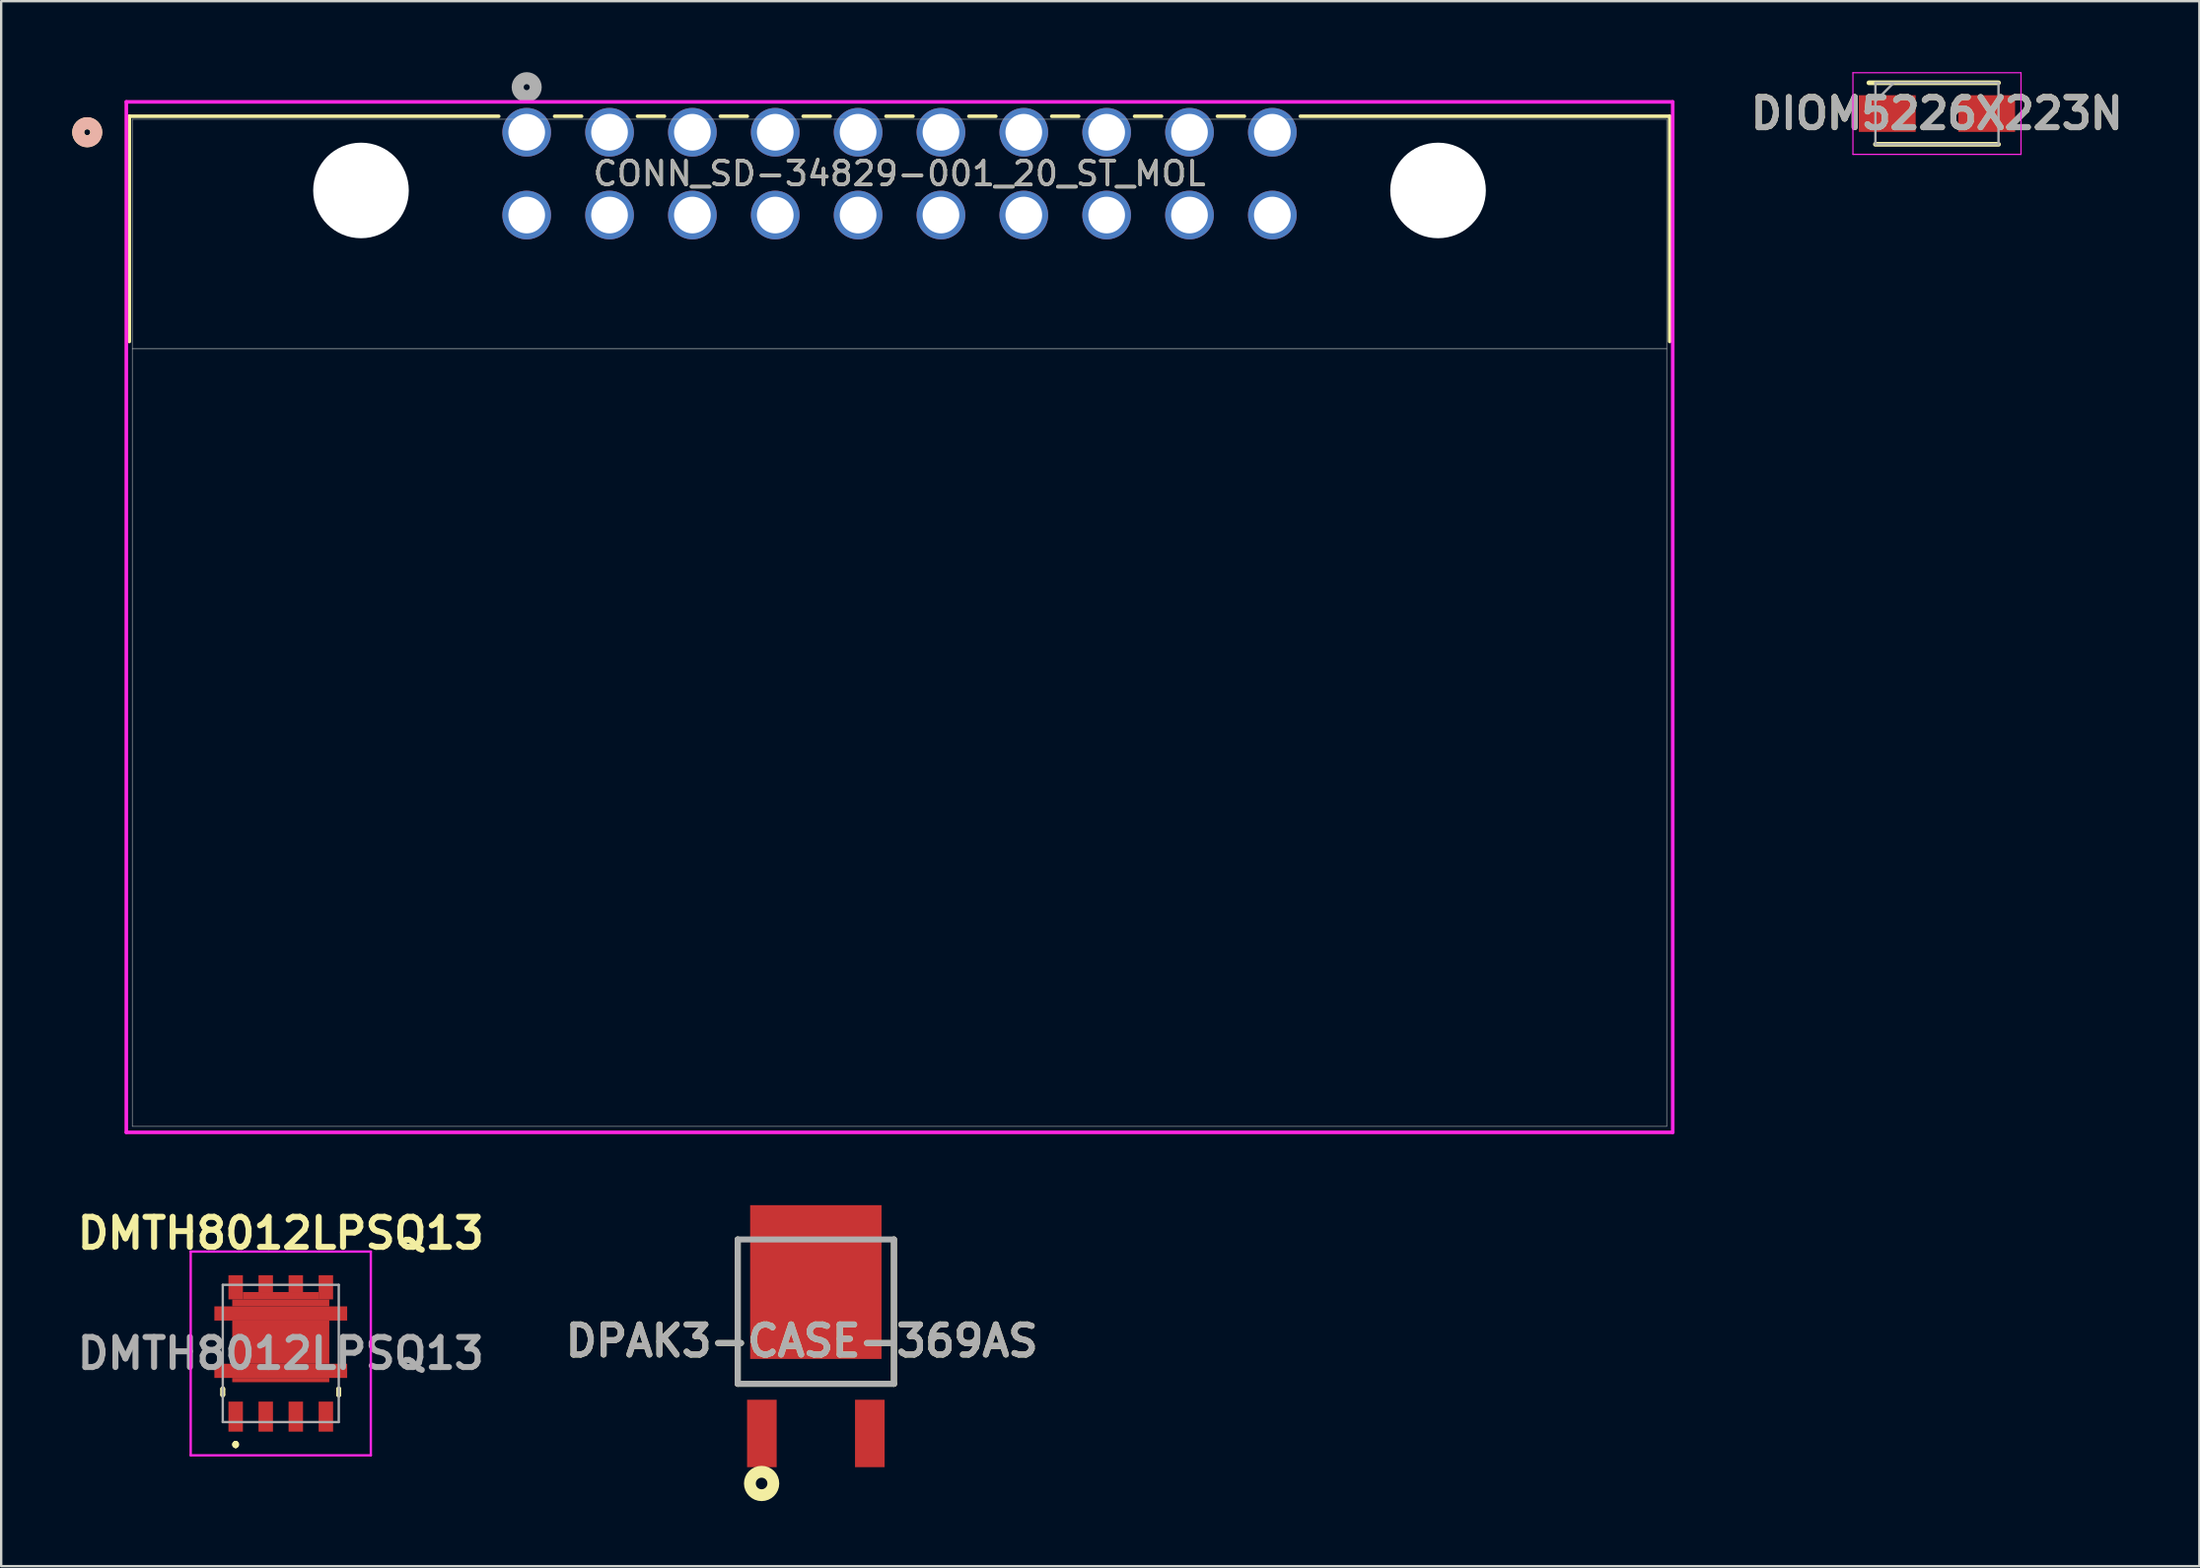
<source format=kicad_pcb>
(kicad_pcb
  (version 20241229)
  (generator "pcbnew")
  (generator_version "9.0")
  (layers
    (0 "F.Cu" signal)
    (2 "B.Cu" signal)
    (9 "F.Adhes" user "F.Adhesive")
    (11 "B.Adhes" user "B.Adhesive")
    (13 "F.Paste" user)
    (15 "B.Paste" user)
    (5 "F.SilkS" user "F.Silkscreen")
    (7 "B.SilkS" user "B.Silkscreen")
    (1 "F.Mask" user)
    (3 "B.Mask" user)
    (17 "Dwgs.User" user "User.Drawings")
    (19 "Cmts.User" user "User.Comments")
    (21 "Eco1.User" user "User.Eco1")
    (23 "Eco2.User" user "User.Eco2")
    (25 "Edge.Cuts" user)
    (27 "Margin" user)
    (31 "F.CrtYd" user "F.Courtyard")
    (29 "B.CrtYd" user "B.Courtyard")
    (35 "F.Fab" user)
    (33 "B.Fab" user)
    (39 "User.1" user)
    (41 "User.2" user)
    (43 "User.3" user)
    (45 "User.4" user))
  (footprint "DPAK3-CASE-369AS"
    (layer "F.Cu")
    (at 31.415 51.141)
    (property "Reference" "DPAK3-CASE-369AS" (at -0.59 2.488 0) (layer "F.SilkS") (effects (font (size 1.27 1.27) (thickness 0.254))))
    (attr smd)
    (fp_line (start -3.3 -1.8) (end -3.3 4.3) (stroke (width 0.254) (type solid)) (layer "F.SilkS"))
    (fp_line (start -3.3 4.3) (end 3.3 4.3) (stroke (width 0.254) (type solid)) (layer "F.SilkS"))
    (fp_line (start 3.3 4.3) (end 3.3 -1.8) (stroke (width 0.254) (type solid)) (layer "F.SilkS"))
    (fp_circle (center -2.291 8.514) (end -2.291 8.759) (stroke (width 0.5) (type solid)) (fill no) (layer "F.SilkS"))
    (fp_line (start -3.3 -1.8) (end 3.3 -1.8) (stroke (width 0.254) (type solid)) (layer "F.Fab"))
    (fp_line (start -3.3 4.3) (end -3.3 -1.8) (stroke (width 0.254) (type solid)) (layer "F.Fab"))
    (fp_line (start 3.3 -1.8) (end 3.3 4.3) (stroke (width 0.254) (type solid)) (layer "F.Fab"))
    (fp_line (start 3.3 4.3) (end -3.3 4.3) (stroke (width 0.254) (type solid)) (layer "F.Fab"))
    (fp_text user "${REFERENCE}" (at -0.59 2.488 0) (layer "F.Fab") (effects (font (size 1.27 1.27) (thickness 0.254))))
    (pad "1" smd rect (at -2.28 6.4) (size 1.25 2.85) (layers "F.Cu" "F.Mask" "F.Paste"))
    (pad "2" smd rect (at 2.28 6.4) (size 1.25 2.85) (layers "F.Cu" "F.Mask" "F.Paste"))
    (pad "3" smd rect (at 0 0) (size 5.55 6.5) (layers "F.Cu" "F.Mask" "F.Paste")))
  (footprint "CONN_SD-34829-001_20_ST_MOL"
    (layer "F.Cu")
    (at 19.2 2.54)
    (property "Reference" "CONN_SD-34829-001_20_ST_MOL" (at 15.75 1.75 0) (unlocked yes) (layer "F.SilkS") (effects (font (size 1 1) (thickness 0.15))))
    (attr through_hole)
    (fp_line (start -16.787 -0.677) (end -16.787 8.845) (stroke (width 0.152) (type solid)) (layer "F.SilkS"))
    (fp_line (start -1.181 -0.677) (end -16.787 -0.677) (stroke (width 0.152) (type solid)) (layer "F.SilkS"))
    (fp_line (start 2.319 -0.677) (end 1.181 -0.677) (stroke (width 0.152) (type solid)) (layer "F.SilkS"))
    (fp_line (start 5.819 -0.677) (end 4.681 -0.677) (stroke (width 0.152) (type solid)) (layer "F.SilkS"))
    (fp_line (start 9.319 -0.677) (end 8.181 -0.677) (stroke (width 0.152) (type solid)) (layer "F.SilkS"))
    (fp_line (start 12.819 -0.677) (end 11.681 -0.677) (stroke (width 0.152) (type solid)) (layer "F.SilkS"))
    (fp_line (start 16.319 -0.677) (end 15.181 -0.677) (stroke (width 0.152) (type solid)) (layer "F.SilkS"))
    (fp_line (start 19.819 -0.677) (end 18.681 -0.677) (stroke (width 0.152) (type solid)) (layer "F.SilkS"))
    (fp_line (start 23.319 -0.677) (end 22.181 -0.677) (stroke (width 0.152) (type solid)) (layer "F.SilkS"))
    (fp_line (start 26.819 -0.677) (end 25.681 -0.677) (stroke (width 0.152) (type solid)) (layer "F.SilkS"))
    (fp_line (start 30.319 -0.677) (end 29.181 -0.677) (stroke (width 0.152) (type solid)) (layer "F.SilkS"))
    (fp_line (start 48.287 -0.677) (end 32.681 -0.677) (stroke (width 0.152) (type solid)) (layer "F.SilkS"))
    (fp_line (start 48.287 8.845) (end 48.287 -0.677) (stroke (width 0.152) (type solid)) (layer "F.SilkS"))
    (fp_circle (center -18.565 0) (end -18.184 0) (stroke (width 0.508) (type solid)) (fill no) (layer "F.SilkS"))
    (fp_circle (center -18.565 0) (end -18.184 0) (stroke (width 0.508) (type solid)) (fill no) (layer "B.SilkS"))
    (fp_line (start -16.66 9.153) (end 48.16 9.153) (stroke (width 0.025) (type solid)) (layer "Edge.Cuts"))
    (fp_line (start -16.914 -1.283) (end -16.914 42.274) (stroke (width 0.152) (type solid)) (layer "F.CrtYd"))
    (fp_line (start -16.914 42.274) (end 48.414 42.274) (stroke (width 0.152) (type solid)) (layer "F.CrtYd"))
    (fp_line (start 48.414 -1.283) (end -16.914 -1.283) (stroke (width 0.152) (type solid)) (layer "F.CrtYd"))
    (fp_line (start 48.414 42.274) (end 48.414 -1.283) (stroke (width 0.152) (type solid)) (layer "F.CrtYd"))
    (fp_line (start -16.66 -0.55) (end -16.66 42.02) (stroke (width 0.025) (type solid)) (layer "F.Fab"))
    (fp_line (start -16.66 42.02) (end 48.16 42.02) (stroke (width 0.025) (type solid)) (layer "F.Fab"))
    (fp_line (start 48.16 -0.55) (end -16.66 -0.55) (stroke (width 0.025) (type solid)) (layer "F.Fab"))
    (fp_line (start 48.16 42.02) (end 48.16 -0.55) (stroke (width 0.025) (type solid)) (layer "F.Fab"))
    (fp_circle (center 0 -1.905) (end 0.381 -1.905) (stroke (width 0.508) (type solid)) (fill no) (layer "F.Fab"))
    (fp_text user "${REFERENCE}" (at 15.75 1.75 0) (unlocked yes) (layer "F.Fab") (effects (font (size 1 1) (thickness 0.15))))
    (pad "" np_thru_hole circle (at -7 2.46) (size 4.039 4.039) (drill 4.039) (layers "*.Cu" "*.Mask"))
    (pad "" np_thru_hole circle (at 38.5 2.46) (size 4.039 4.039) (drill 4.039) (layers "*.Cu" "*.Mask"))
    (pad "1" thru_hole circle (at 0 0) (size 2.057 2.057) (drill 1.549) (layers "*.Cu" "*.Mask"))
    (pad "2" thru_hole circle (at 3.5 0) (size 2.057 2.057) (drill 1.549) (layers "*.Cu" "*.Mask"))
    (pad "3" thru_hole circle (at 7 0) (size 2.057 2.057) (drill 1.549) (layers "*.Cu" "*.Mask"))
    (pad "4" thru_hole circle (at 10.5 0) (size 2.057 2.057) (drill 1.549) (layers "*.Cu" "*.Mask"))
    (pad "5" thru_hole circle (at 14 0) (size 2.057 2.057) (drill 1.549) (layers "*.Cu" "*.Mask"))
    (pad "6" thru_hole circle (at 17.5 0) (size 2.057 2.057) (drill 1.549) (layers "*.Cu" "*.Mask"))
    (pad "7" thru_hole circle (at 21 0) (size 2.057 2.057) (drill 1.549) (layers "*.Cu" "*.Mask"))
    (pad "8" thru_hole circle (at 24.5 0) (size 2.057 2.057) (drill 1.549) (layers "*.Cu" "*.Mask"))
    (pad "9" thru_hole circle (at 28 0) (size 2.057 2.057) (drill 1.549) (layers "*.Cu" "*.Mask"))
    (pad "10" thru_hole circle (at 31.5 0) (size 2.057 2.057) (drill 1.549) (layers "*.Cu" "*.Mask"))
    (pad "11" thru_hole circle (at 0 3.5) (size 2.057 2.057) (drill 1.549) (layers "*.Cu" "*.Mask"))
    (pad "12" thru_hole circle (at 3.5 3.5) (size 2.057 2.057) (drill 1.549) (layers "*.Cu" "*.Mask"))
    (pad "13" thru_hole circle (at 7 3.5) (size 2.057 2.057) (drill 1.549) (layers "*.Cu" "*.Mask"))
    (pad "14" thru_hole circle (at 10.5 3.5) (size 2.057 2.057) (drill 1.549) (layers "*.Cu" "*.Mask"))
    (pad "15" thru_hole circle (at 14 3.5) (size 2.057 2.057) (drill 1.549) (layers "*.Cu" "*.Mask"))
    (pad "16" thru_hole circle (at 17.5 3.5) (size 2.057 2.057) (drill 1.549) (layers "*.Cu" "*.Mask"))
    (pad "17" thru_hole circle (at 21 3.5) (size 2.057 2.057) (drill 1.549) (layers "*.Cu" "*.Mask"))
    (pad "18" thru_hole circle (at 24.5 3.5) (size 2.057 2.057) (drill 1.549) (layers "*.Cu" "*.Mask"))
    (pad "19" thru_hole circle (at 28 3.5) (size 2.057 2.057) (drill 1.549) (layers "*.Cu" "*.Mask"))
    (pad "20" thru_hole circle (at 31.5 3.5) (size 2.057 2.057) (drill 1.549) (layers "*.Cu" "*.Mask")))
  (footprint "DMTH8012LPSQ13"
    (layer "F.Cu")
    (at 8.811 54.159)
    (property "Reference" "DMTH8012LPSQ13" (at 0 -5.08 0) (layer "F.SilkS") (effects (font (size 1.27 1.27) (thickness 0.254))))
    (attr smd)
    (fp_line (start -2.45 1.5) (end -2.45 1.5) (stroke (width 0.2) (type solid)) (layer "F.SilkS"))
    (fp_line (start -2.45 1.5) (end -2.45 1.75) (stroke (width 0.2) (type solid)) (layer "F.SilkS"))
    (fp_line (start -2.45 1.75) (end -2.45 1.5) (stroke (width 0.2) (type solid)) (layer "F.SilkS"))
    (fp_line (start -2.45 1.75) (end -2.45 1.75) (stroke (width 0.2) (type solid)) (layer "F.SilkS"))
    (fp_line (start -1.905 3.8) (end -1.905 3.8) (stroke (width 0.2) (type solid)) (layer "F.SilkS"))
    (fp_line (start -1.905 3.8) (end -1.905 3.8) (stroke (width 0.2) (type solid)) (layer "F.SilkS"))
    (fp_line (start -1.905 3.9) (end -1.905 3.9) (stroke (width 0.2) (type solid)) (layer "F.SilkS"))
    (fp_line (start 2.45 1.5) (end 2.45 1.5) (stroke (width 0.2) (type solid)) (layer "F.SilkS"))
    (fp_line (start 2.45 1.5) (end 2.45 1.75) (stroke (width 0.2) (type solid)) (layer "F.SilkS"))
    (fp_line (start 2.45 1.75) (end 2.45 1.5) (stroke (width 0.2) (type solid)) (layer "F.SilkS"))
    (fp_line (start 2.45 1.75) (end 2.45 1.75) (stroke (width 0.2) (type solid)) (layer "F.SilkS"))
    (fp_arc (start -1.905 3.8) (mid -1.855 3.85) (end -1.905 3.9) (stroke (width 0.2) (type solid)) (layer "F.SilkS"))
    (fp_arc (start -1.905 3.9) (mid -1.955 3.85) (end -1.905 3.8) (stroke (width 0.2) (type solid)) (layer "F.SilkS"))
    (fp_arc (start -1.905 3.9) (mid -1.955 3.85) (end -1.905 3.8) (stroke (width 0.2) (type solid)) (layer "F.SilkS"))
    (fp_line (start -3.805 -4.305) (end 3.805 -4.305) (stroke (width 0.1) (type solid)) (layer "F.CrtYd"))
    (fp_line (start -3.805 4.305) (end -3.805 -4.305) (stroke (width 0.1) (type solid)) (layer "F.CrtYd"))
    (fp_line (start 3.805 -4.305) (end 3.805 4.305) (stroke (width 0.1) (type solid)) (layer "F.CrtYd"))
    (fp_line (start 3.805 4.305) (end -3.805 4.305) (stroke (width 0.1) (type solid)) (layer "F.CrtYd"))
    (fp_line (start -2.45 -2.9) (end -2.45 2.9) (stroke (width 0.1) (type solid)) (layer "F.Fab"))
    (fp_line (start -2.45 2.9) (end 2.45 2.9) (stroke (width 0.1) (type solid)) (layer "F.Fab"))
    (fp_line (start 2.45 -2.9) (end -2.45 -2.9) (stroke (width 0.1) (type solid)) (layer "F.Fab"))
    (fp_line (start 2.45 2.9) (end 2.45 -2.9) (stroke (width 0.1) (type solid)) (layer "F.Fab"))
    (fp_text user "${REFERENCE}" (at 0 0 0) (layer "F.Fab") (effects (font (size 1.27 1.27) (thickness 0.254))))
    (pad "1" smd rect (at -1.905 2.67) (size 0.61 1.27) (layers "F.Cu" "F.Mask" "F.Paste"))
    (pad "2" smd rect (at -0.635 2.67) (size 0.61 1.27) (layers "F.Cu" "F.Mask" "F.Paste"))
    (pad "3" smd rect (at 0.635 2.67) (size 0.61 1.27) (layers "F.Cu" "F.Mask" "F.Paste"))
    (pad "4" smd rect (at 1.905 2.67) (size 0.61 1.27) (layers "F.Cu" "F.Mask" "F.Paste"))
    (pad "5" smd rect (at -1.905 -2.795) (size 0.61 1.02) (layers "F.Cu" "F.Mask" "F.Paste"))
    (pad "5" smd rect (at -0.635 -2.95) (size 0.61 0.71) (layers "F.Cu" "F.Mask" "F.Paste"))
    (pad "5" smd rect (at 0 -2.44 90) (size 0.31 3.2) (layers "F.Cu" "F.Mask" "F.Paste"))
    (pad "5" smd rect (at 0 -2.137 90) (size 0.295 4.1) (layers "F.Cu" "F.Mask" "F.Paste"))
    (pad "5" smd rect (at 0 -1.69 90) (size 0.6 5.61) (layers "F.Cu" "F.Mask" "F.Paste"))
    (pad "5" smd rect (at 0 -0.477 90) (size 1.825 4.1) (layers "F.Cu" "F.Mask" "F.Paste"))
    (pad "5" smd rect (at 0 0.735 90) (size 0.6 5.61) (layers "F.Cu" "F.Mask" "F.Paste"))
    (pad "5" smd rect (at 0 1.125 90) (size 0.18 4.1) (layers "F.Cu" "F.Mask" "F.Paste"))
    (pad "5" smd rect (at 0.635 -2.95) (size 0.61 0.71) (layers "F.Cu" "F.Mask" "F.Paste"))
    (pad "5" smd rect (at 1.905 -2.795) (size 0.61 1.02) (layers "F.Cu" "F.Mask" "F.Paste")))
  (footprint "DIOM5226X223N"
    (layer "F.Cu")
    (at 78.777 1.75)
    (property "Reference" "DIOM5226X223N" (at 0 0 0) (layer "F.SilkS") (effects (font (size 1.27 1.27) (thickness 0.254))))
    (attr smd)
    (fp_line (start -2.6 1.3) (end 2.6 1.3) (stroke (width 0.2) (type solid)) (layer "F.SilkS"))
    (fp_line (start 2.6 -1.3) (end -2.875 -1.3) (stroke (width 0.2) (type solid)) (layer "F.SilkS"))
    (fp_line (start -3.55 -1.725) (end 3.55 -1.725) (stroke (width 0.05) (type solid)) (layer "F.CrtYd"))
    (fp_line (start -3.55 1.725) (end -3.55 -1.725) (stroke (width 0.05) (type solid)) (layer "F.CrtYd"))
    (fp_line (start 3.55 -1.725) (end 3.55 1.725) (stroke (width 0.05) (type solid)) (layer "F.CrtYd"))
    (fp_line (start 3.55 1.725) (end -3.55 1.725) (stroke (width 0.05) (type solid)) (layer "F.CrtYd"))
    (fp_line (start -2.6 -1.3) (end 2.6 -1.3) (stroke (width 0.1) (type solid)) (layer "F.Fab"))
    (fp_line (start -2.6 -0.525) (end -1.825 -1.3) (stroke (width 0.1) (type solid)) (layer "F.Fab"))
    (fp_line (start -2.6 1.3) (end -2.6 -1.3) (stroke (width 0.1) (type solid)) (layer "F.Fab"))
    (fp_line (start 2.6 -1.3) (end 2.6 1.3) (stroke (width 0.1) (type solid)) (layer "F.Fab"))
    (fp_line (start 2.6 1.3) (end -2.6 1.3) (stroke (width 0.1) (type solid)) (layer "F.Fab"))
    (fp_text user "${REFERENCE}" (at 0 0 0) (layer "F.Fab") (effects (font (size 1.27 1.27) (thickness 0.254))))
    (pad "1" smd rect (at -2.1 0 90) (size 1.55 2.4) (layers "F.Cu" "F.Mask" "F.Paste"))
    (pad "2" smd rect (at 2.1 0 90) (size 1.55 2.4) (layers "F.Cu" "F.Mask" "F.Paste")))
  (gr_rect
    (start -3 -3)
    (end 89.862 63.15)
    (stroke (width 0.1) (type default))
    (fill no)
    (layer "Edge.Cuts")))
</source>
